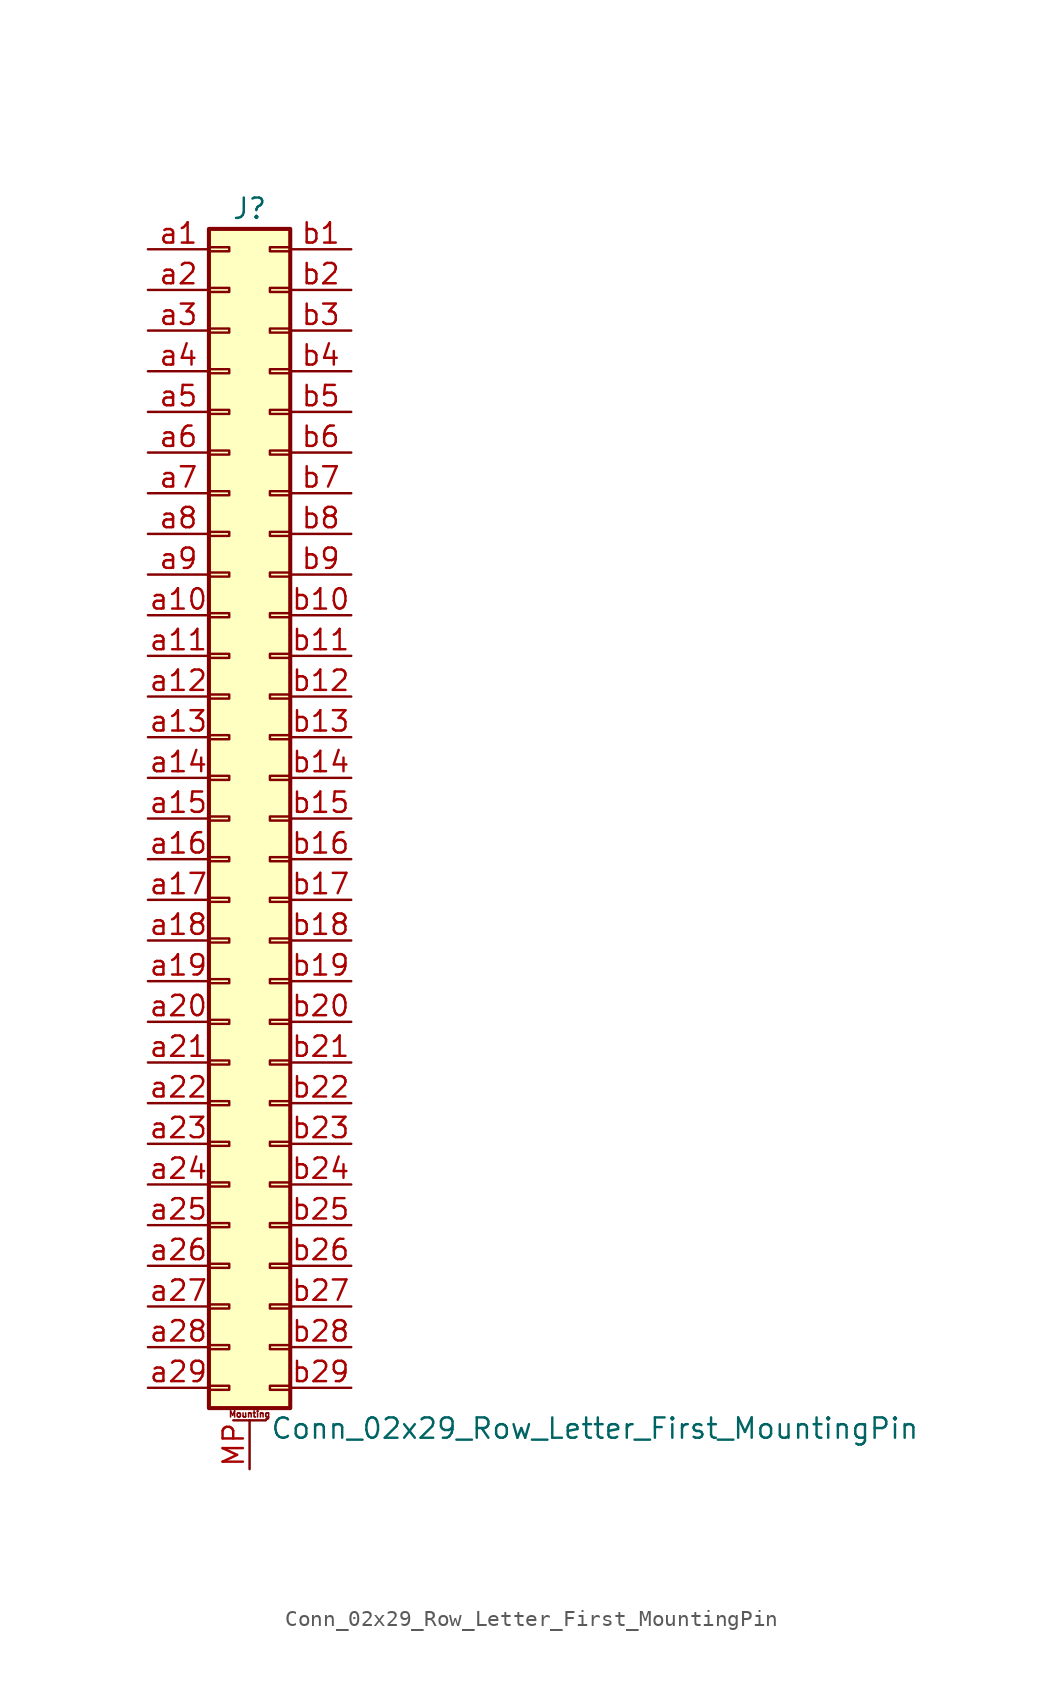
<source format=kicad_sym>
(kicad_symbol_lib
  (version 20220914)
  (generator kicad_symbol_editor)
  (symbol "Conn_02x29_Row_Letter_First_MountingPin"
    (pin_names
      (offset 1.016) hide)
    (property "Reference" "J"
      (at 1.27 38.1 0)
      (effects (font (size 1.27 1.27))))
    (property "Value" "Conn_02x29_Row_Letter_First_MountingPin"
      (at 2.54 -38.1 0)
      (effects (font (size 1.27 1.27)) (justify left)))
    (symbol "Conn_02x29_Row_Letter_First_MountingPin_1_1"
      (rectangle (start -1.27 -35.433) (end 0 -35.687) (stroke (width 0.152) (type default)) (fill (type none)))
      (rectangle (start -1.27 -32.893) (end 0 -33.147) (stroke (width 0.152) (type default)) (fill (type none)))
      (rectangle (start -1.27 -30.353) (end 0 -30.607) (stroke (width 0.152) (type default)) (fill (type none)))
      (rectangle (start -1.27 -27.813) (end 0 -28.067) (stroke (width 0.152) (type default)) (fill (type none)))
      (rectangle (start -1.27 -25.273) (end 0 -25.527) (stroke (width 0.152) (type default)) (fill (type none)))
      (rectangle (start -1.27 -22.733) (end 0 -22.987) (stroke (width 0.152) (type default)) (fill (type none)))
      (rectangle (start -1.27 -20.193) (end 0 -20.447) (stroke (width 0.152) (type default)) (fill (type none)))
      (rectangle (start -1.27 -17.653) (end 0 -17.907) (stroke (width 0.152) (type default)) (fill (type none)))
      (rectangle (start -1.27 -15.113) (end 0 -15.367) (stroke (width 0.152) (type default)) (fill (type none)))
      (rectangle (start -1.27 -12.573) (end 0 -12.827) (stroke (width 0.152) (type default)) (fill (type none)))
      (rectangle (start -1.27 -10.033) (end 0 -10.287) (stroke (width 0.152) (type default)) (fill (type none)))
      (rectangle (start -1.27 -7.493) (end 0 -7.747) (stroke (width 0.152) (type default)) (fill (type none)))
      (rectangle (start -1.27 -4.953) (end 0 -5.207) (stroke (width 0.152) (type default)) (fill (type none)))
      (rectangle (start -1.27 -2.413) (end 0 -2.667) (stroke (width 0.152) (type default)) (fill (type none)))
      (rectangle (start -1.27 0.127) (end 0 -0.127) (stroke (width 0.152) (type default)) (fill (type none)))
      (rectangle (start -1.27 2.667) (end 0 2.413) (stroke (width 0.152) (type default)) (fill (type none)))
      (rectangle (start -1.27 5.207) (end 0 4.953) (stroke (width 0.152) (type default)) (fill (type none)))
      (rectangle (start -1.27 7.747) (end 0 7.493) (stroke (width 0.152) (type default)) (fill (type none)))
      (rectangle (start -1.27 10.287) (end 0 10.033) (stroke (width 0.152) (type default)) (fill (type none)))
      (rectangle (start -1.27 12.827) (end 0 12.573) (stroke (width 0.152) (type default)) (fill (type none)))
      (rectangle (start -1.27 15.367) (end 0 15.113) (stroke (width 0.152) (type default)) (fill (type none)))
      (rectangle (start -1.27 17.907) (end 0 17.653) (stroke (width 0.152) (type default)) (fill (type none)))
      (rectangle (start -1.27 20.447) (end 0 20.193) (stroke (width 0.152) (type default)) (fill (type none)))
      (rectangle (start -1.27 22.987) (end 0 22.733) (stroke (width 0.152) (type default)) (fill (type none)))
      (rectangle (start -1.27 25.527) (end 0 25.273) (stroke (width 0.152) (type default)) (fill (type none)))
      (rectangle (start -1.27 28.067) (end 0 27.813) (stroke (width 0.152) (type default)) (fill (type none)))
      (rectangle (start -1.27 30.607) (end 0 30.353) (stroke (width 0.152) (type default)) (fill (type none)))
      (rectangle (start -1.27 33.147) (end 0 32.893) (stroke (width 0.152) (type default)) (fill (type none)))
      (rectangle (start -1.27 35.687) (end 0 35.433) (stroke (width 0.152) (type default)) (fill (type none)))
      (rectangle (start -1.27 36.83) (end 3.81 -36.83) (stroke (width 0.254) (type default)) (fill (type background)))
      (polyline (pts (xy 0.254 -37.592) (xy 2.286 -37.592)) (stroke (width 0.152) (type default)) (fill (type none)))
      (rectangle (start 3.81 -35.433) (end 2.54 -35.687) (stroke (width 0.152) (type default)) (fill (type none)))
      (rectangle (start 3.81 -32.893) (end 2.54 -33.147) (stroke (width 0.152) (type default)) (fill (type none)))
      (rectangle (start 3.81 -30.353) (end 2.54 -30.607) (stroke (width 0.152) (type default)) (fill (type none)))
      (rectangle (start 3.81 -27.813) (end 2.54 -28.067) (stroke (width 0.152) (type default)) (fill (type none)))
      (rectangle (start 3.81 -25.273) (end 2.54 -25.527) (stroke (width 0.152) (type default)) (fill (type none)))
      (rectangle (start 3.81 -22.733) (end 2.54 -22.987) (stroke (width 0.152) (type default)) (fill (type none)))
      (rectangle (start 3.81 -20.193) (end 2.54 -20.447) (stroke (width 0.152) (type default)) (fill (type none)))
      (rectangle (start 3.81 -17.653) (end 2.54 -17.907) (stroke (width 0.152) (type default)) (fill (type none)))
      (rectangle (start 3.81 -15.113) (end 2.54 -15.367) (stroke (width 0.152) (type default)) (fill (type none)))
      (rectangle (start 3.81 -12.573) (end 2.54 -12.827) (stroke (width 0.152) (type default)) (fill (type none)))
      (rectangle (start 3.81 -10.033) (end 2.54 -10.287) (stroke (width 0.152) (type default)) (fill (type none)))
      (rectangle (start 3.81 -7.493) (end 2.54 -7.747) (stroke (width 0.152) (type default)) (fill (type none)))
      (rectangle (start 3.81 -4.953) (end 2.54 -5.207) (stroke (width 0.152) (type default)) (fill (type none)))
      (rectangle (start 3.81 -2.413) (end 2.54 -2.667) (stroke (width 0.152) (type default)) (fill (type none)))
      (rectangle (start 3.81 0.127) (end 2.54 -0.127) (stroke (width 0.152) (type default)) (fill (type none)))
      (rectangle (start 3.81 2.667) (end 2.54 2.413) (stroke (width 0.152) (type default)) (fill (type none)))
      (rectangle (start 3.81 5.207) (end 2.54 4.953) (stroke (width 0.152) (type default)) (fill (type none)))
      (rectangle (start 3.81 7.747) (end 2.54 7.493) (stroke (width 0.152) (type default)) (fill (type none)))
      (rectangle (start 3.81 10.287) (end 2.54 10.033) (stroke (width 0.152) (type default)) (fill (type none)))
      (rectangle (start 3.81 12.827) (end 2.54 12.573) (stroke (width 0.152) (type default)) (fill (type none)))
      (rectangle (start 3.81 15.367) (end 2.54 15.113) (stroke (width 0.152) (type default)) (fill (type none)))
      (rectangle (start 3.81 17.907) (end 2.54 17.653) (stroke (width 0.152) (type default)) (fill (type none)))
      (rectangle (start 3.81 20.447) (end 2.54 20.193) (stroke (width 0.152) (type default)) (fill (type none)))
      (rectangle (start 3.81 22.987) (end 2.54 22.733) (stroke (width 0.152) (type default)) (fill (type none)))
      (rectangle (start 3.81 25.527) (end 2.54 25.273) (stroke (width 0.152) (type default)) (fill (type none)))
      (rectangle (start 3.81 28.067) (end 2.54 27.813) (stroke (width 0.152) (type default)) (fill (type none)))
      (rectangle (start 3.81 30.607) (end 2.54 30.353) (stroke (width 0.152) (type default)) (fill (type none)))
      (rectangle (start 3.81 33.147) (end 2.54 32.893) (stroke (width 0.152) (type default)) (fill (type none)))
      (rectangle (start 3.81 35.687) (end 2.54 35.433) (stroke (width 0.152) (type default)) (fill (type none)))
      (text "Mounting" (at 1.27 -37.211 0) (effects (font (size 0.381 0.381))))
      (pin passive line (at 1.27 -40.64 90) (length 3.048) (name "MountPin" (effects (font (size 1.27 1.27)))) (number "MP" (effects (font (size 1.27 1.27)))))
      (pin passive line (at -5.08 35.56 0) (length 3.81) (name "Pin_a1" (effects (font (size 1.27 1.27)))) (number "a1" (effects (font (size 1.27 1.27)))))
      (pin passive line (at -5.08 12.7 0) (length 3.81) (name "Pin_a10" (effects (font (size 1.27 1.27)))) (number "a10" (effects (font (size 1.27 1.27)))))
      (pin passive line (at -5.08 10.16 0) (length 3.81) (name "Pin_a11" (effects (font (size 1.27 1.27)))) (number "a11" (effects (font (size 1.27 1.27)))))
      (pin passive line (at -5.08 7.62 0) (length 3.81) (name "Pin_a12" (effects (font (size 1.27 1.27)))) (number "a12" (effects (font (size 1.27 1.27)))))
      (pin passive line (at -5.08 5.08 0) (length 3.81) (name "Pin_a13" (effects (font (size 1.27 1.27)))) (number "a13" (effects (font (size 1.27 1.27)))))
      (pin passive line (at -5.08 2.54 0) (length 3.81) (name "Pin_a14" (effects (font (size 1.27 1.27)))) (number "a14" (effects (font (size 1.27 1.27)))))
      (pin passive line (at -5.08 0 0) (length 3.81) (name "Pin_a15" (effects (font (size 1.27 1.27)))) (number "a15" (effects (font (size 1.27 1.27)))))
      (pin passive line (at -5.08 -2.54 0) (length 3.81) (name "Pin_a16" (effects (font (size 1.27 1.27)))) (number "a16" (effects (font (size 1.27 1.27)))))
      (pin passive line (at -5.08 -5.08 0) (length 3.81) (name "Pin_a17" (effects (font (size 1.27 1.27)))) (number "a17" (effects (font (size 1.27 1.27)))))
      (pin passive line (at -5.08 -7.62 0) (length 3.81) (name "Pin_a18" (effects (font (size 1.27 1.27)))) (number "a18" (effects (font (size 1.27 1.27)))))
      (pin passive line (at -5.08 -10.16 0) (length 3.81) (name "Pin_a19" (effects (font (size 1.27 1.27)))) (number "a19" (effects (font (size 1.27 1.27)))))
      (pin passive line (at -5.08 33.02 0) (length 3.81) (name "Pin_a2" (effects (font (size 1.27 1.27)))) (number "a2" (effects (font (size 1.27 1.27)))))
      (pin passive line (at -5.08 -12.7 0) (length 3.81) (name "Pin_a20" (effects (font (size 1.27 1.27)))) (number "a20" (effects (font (size 1.27 1.27)))))
      (pin passive line (at -5.08 -15.24 0) (length 3.81) (name "Pin_a21" (effects (font (size 1.27 1.27)))) (number "a21" (effects (font (size 1.27 1.27)))))
      (pin passive line (at -5.08 -17.78 0) (length 3.81) (name "Pin_a22" (effects (font (size 1.27 1.27)))) (number "a22" (effects (font (size 1.27 1.27)))))
      (pin passive line (at -5.08 -20.32 0) (length 3.81) (name "Pin_a23" (effects (font (size 1.27 1.27)))) (number "a23" (effects (font (size 1.27 1.27)))))
      (pin passive line (at -5.08 -22.86 0) (length 3.81) (name "Pin_a24" (effects (font (size 1.27 1.27)))) (number "a24" (effects (font (size 1.27 1.27)))))
      (pin passive line (at -5.08 -25.4 0) (length 3.81) (name "Pin_a25" (effects (font (size 1.27 1.27)))) (number "a25" (effects (font (size 1.27 1.27)))))
      (pin passive line (at -5.08 -27.94 0) (length 3.81) (name "Pin_a26" (effects (font (size 1.27 1.27)))) (number "a26" (effects (font (size 1.27 1.27)))))
      (pin passive line (at -5.08 -30.48 0) (length 3.81) (name "Pin_a27" (effects (font (size 1.27 1.27)))) (number "a27" (effects (font (size 1.27 1.27)))))
      (pin passive line (at -5.08 -33.02 0) (length 3.81) (name "Pin_a28" (effects (font (size 1.27 1.27)))) (number "a28" (effects (font (size 1.27 1.27)))))
      (pin passive line (at -5.08 -35.56 0) (length 3.81) (name "Pin_a29" (effects (font (size 1.27 1.27)))) (number "a29" (effects (font (size 1.27 1.27)))))
      (pin passive line (at -5.08 30.48 0) (length 3.81) (name "Pin_a3" (effects (font (size 1.27 1.27)))) (number "a3" (effects (font (size 1.27 1.27)))))
      (pin passive line (at -5.08 27.94 0) (length 3.81) (name "Pin_a4" (effects (font (size 1.27 1.27)))) (number "a4" (effects (font (size 1.27 1.27)))))
      (pin passive line (at -5.08 25.4 0) (length 3.81) (name "Pin_a5" (effects (font (size 1.27 1.27)))) (number "a5" (effects (font (size 1.27 1.27)))))
      (pin passive line (at -5.08 22.86 0) (length 3.81) (name "Pin_a6" (effects (font (size 1.27 1.27)))) (number "a6" (effects (font (size 1.27 1.27)))))
      (pin passive line (at -5.08 20.32 0) (length 3.81) (name "Pin_a7" (effects (font (size 1.27 1.27)))) (number "a7" (effects (font (size 1.27 1.27)))))
      (pin passive line (at -5.08 17.78 0) (length 3.81) (name "Pin_a8" (effects (font (size 1.27 1.27)))) (number "a8" (effects (font (size 1.27 1.27)))))
      (pin passive line (at -5.08 15.24 0) (length 3.81) (name "Pin_a9" (effects (font (size 1.27 1.27)))) (number "a9" (effects (font (size 1.27 1.27)))))
      (pin passive line (at 7.62 35.56 180) (length 3.81) (name "Pin_b1" (effects (font (size 1.27 1.27)))) (number "b1" (effects (font (size 1.27 1.27)))))
      (pin passive line (at 7.62 12.7 180) (length 3.81) (name "Pin_b10" (effects (font (size 1.27 1.27)))) (number "b10" (effects (font (size 1.27 1.27)))))
      (pin passive line (at 7.62 10.16 180) (length 3.81) (name "Pin_b11" (effects (font (size 1.27 1.27)))) (number "b11" (effects (font (size 1.27 1.27)))))
      (pin passive line (at 7.62 7.62 180) (length 3.81) (name "Pin_b12" (effects (font (size 1.27 1.27)))) (number "b12" (effects (font (size 1.27 1.27)))))
      (pin passive line (at 7.62 5.08 180) (length 3.81) (name "Pin_b13" (effects (font (size 1.27 1.27)))) (number "b13" (effects (font (size 1.27 1.27)))))
      (pin passive line (at 7.62 2.54 180) (length 3.81) (name "Pin_b14" (effects (font (size 1.27 1.27)))) (number "b14" (effects (font (size 1.27 1.27)))))
      (pin passive line (at 7.62 0 180) (length 3.81) (name "Pin_b15" (effects (font (size 1.27 1.27)))) (number "b15" (effects (font (size 1.27 1.27)))))
      (pin passive line (at 7.62 -2.54 180) (length 3.81) (name "Pin_b16" (effects (font (size 1.27 1.27)))) (number "b16" (effects (font (size 1.27 1.27)))))
      (pin passive line (at 7.62 -5.08 180) (length 3.81) (name "Pin_b17" (effects (font (size 1.27 1.27)))) (number "b17" (effects (font (size 1.27 1.27)))))
      (pin passive line (at 7.62 -7.62 180) (length 3.81) (name "Pin_b18" (effects (font (size 1.27 1.27)))) (number "b18" (effects (font (size 1.27 1.27)))))
      (pin passive line (at 7.62 -10.16 180) (length 3.81) (name "Pin_b19" (effects (font (size 1.27 1.27)))) (number "b19" (effects (font (size 1.27 1.27)))))
      (pin passive line (at 7.62 33.02 180) (length 3.81) (name "Pin_b2" (effects (font (size 1.27 1.27)))) (number "b2" (effects (font (size 1.27 1.27)))))
      (pin passive line (at 7.62 -12.7 180) (length 3.81) (name "Pin_b20" (effects (font (size 1.27 1.27)))) (number "b20" (effects (font (size 1.27 1.27)))))
      (pin passive line (at 7.62 -15.24 180) (length 3.81) (name "Pin_b21" (effects (font (size 1.27 1.27)))) (number "b21" (effects (font (size 1.27 1.27)))))
      (pin passive line (at 7.62 -17.78 180) (length 3.81) (name "Pin_b22" (effects (font (size 1.27 1.27)))) (number "b22" (effects (font (size 1.27 1.27)))))
      (pin passive line (at 7.62 -20.32 180) (length 3.81) (name "Pin_b23" (effects (font (size 1.27 1.27)))) (number "b23" (effects (font (size 1.27 1.27)))))
      (pin passive line (at 7.62 -22.86 180) (length 3.81) (name "Pin_b24" (effects (font (size 1.27 1.27)))) (number "b24" (effects (font (size 1.27 1.27)))))
      (pin passive line (at 7.62 -25.4 180) (length 3.81) (name "Pin_b25" (effects (font (size 1.27 1.27)))) (number "b25" (effects (font (size 1.27 1.27)))))
      (pin passive line (at 7.62 -27.94 180) (length 3.81) (name "Pin_b26" (effects (font (size 1.27 1.27)))) (number "b26" (effects (font (size 1.27 1.27)))))
      (pin passive line (at 7.62 -30.48 180) (length 3.81) (name "Pin_b27" (effects (font (size 1.27 1.27)))) (number "b27" (effects (font (size 1.27 1.27)))))
      (pin passive line (at 7.62 -33.02 180) (length 3.81) (name "Pin_b28" (effects (font (size 1.27 1.27)))) (number "b28" (effects (font (size 1.27 1.27)))))
      (pin passive line (at 7.62 -35.56 180) (length 3.81) (name "Pin_b29" (effects (font (size 1.27 1.27)))) (number "b29" (effects (font (size 1.27 1.27)))))
      (pin passive line (at 7.62 30.48 180) (length 3.81) (name "Pin_b3" (effects (font (size 1.27 1.27)))) (number "b3" (effects (font (size 1.27 1.27)))))
      (pin passive line (at 7.62 27.94 180) (length 3.81) (name "Pin_b4" (effects (font (size 1.27 1.27)))) (number "b4" (effects (font (size 1.27 1.27)))))
      (pin passive line (at 7.62 25.4 180) (length 3.81) (name "Pin_b5" (effects (font (size 1.27 1.27)))) (number "b5" (effects (font (size 1.27 1.27)))))
      (pin passive line (at 7.62 22.86 180) (length 3.81) (name "Pin_b6" (effects (font (size 1.27 1.27)))) (number "b6" (effects (font (size 1.27 1.27)))))
      (pin passive line (at 7.62 20.32 180) (length 3.81) (name "Pin_b7" (effects (font (size 1.27 1.27)))) (number "b7" (effects (font (size 1.27 1.27)))))
      (pin passive line (at 7.62 17.78 180) (length 3.81) (name "Pin_b8" (effects (font (size 1.27 1.27)))) (number "b8" (effects (font (size 1.27 1.27)))))
      (pin passive line (at 7.62 15.24 180) (length 3.81) (name "Pin_b9" (effects (font (size 1.27 1.27)))) (number "b9" (effects (font (size 1.27 1.27))))))))
</source>
